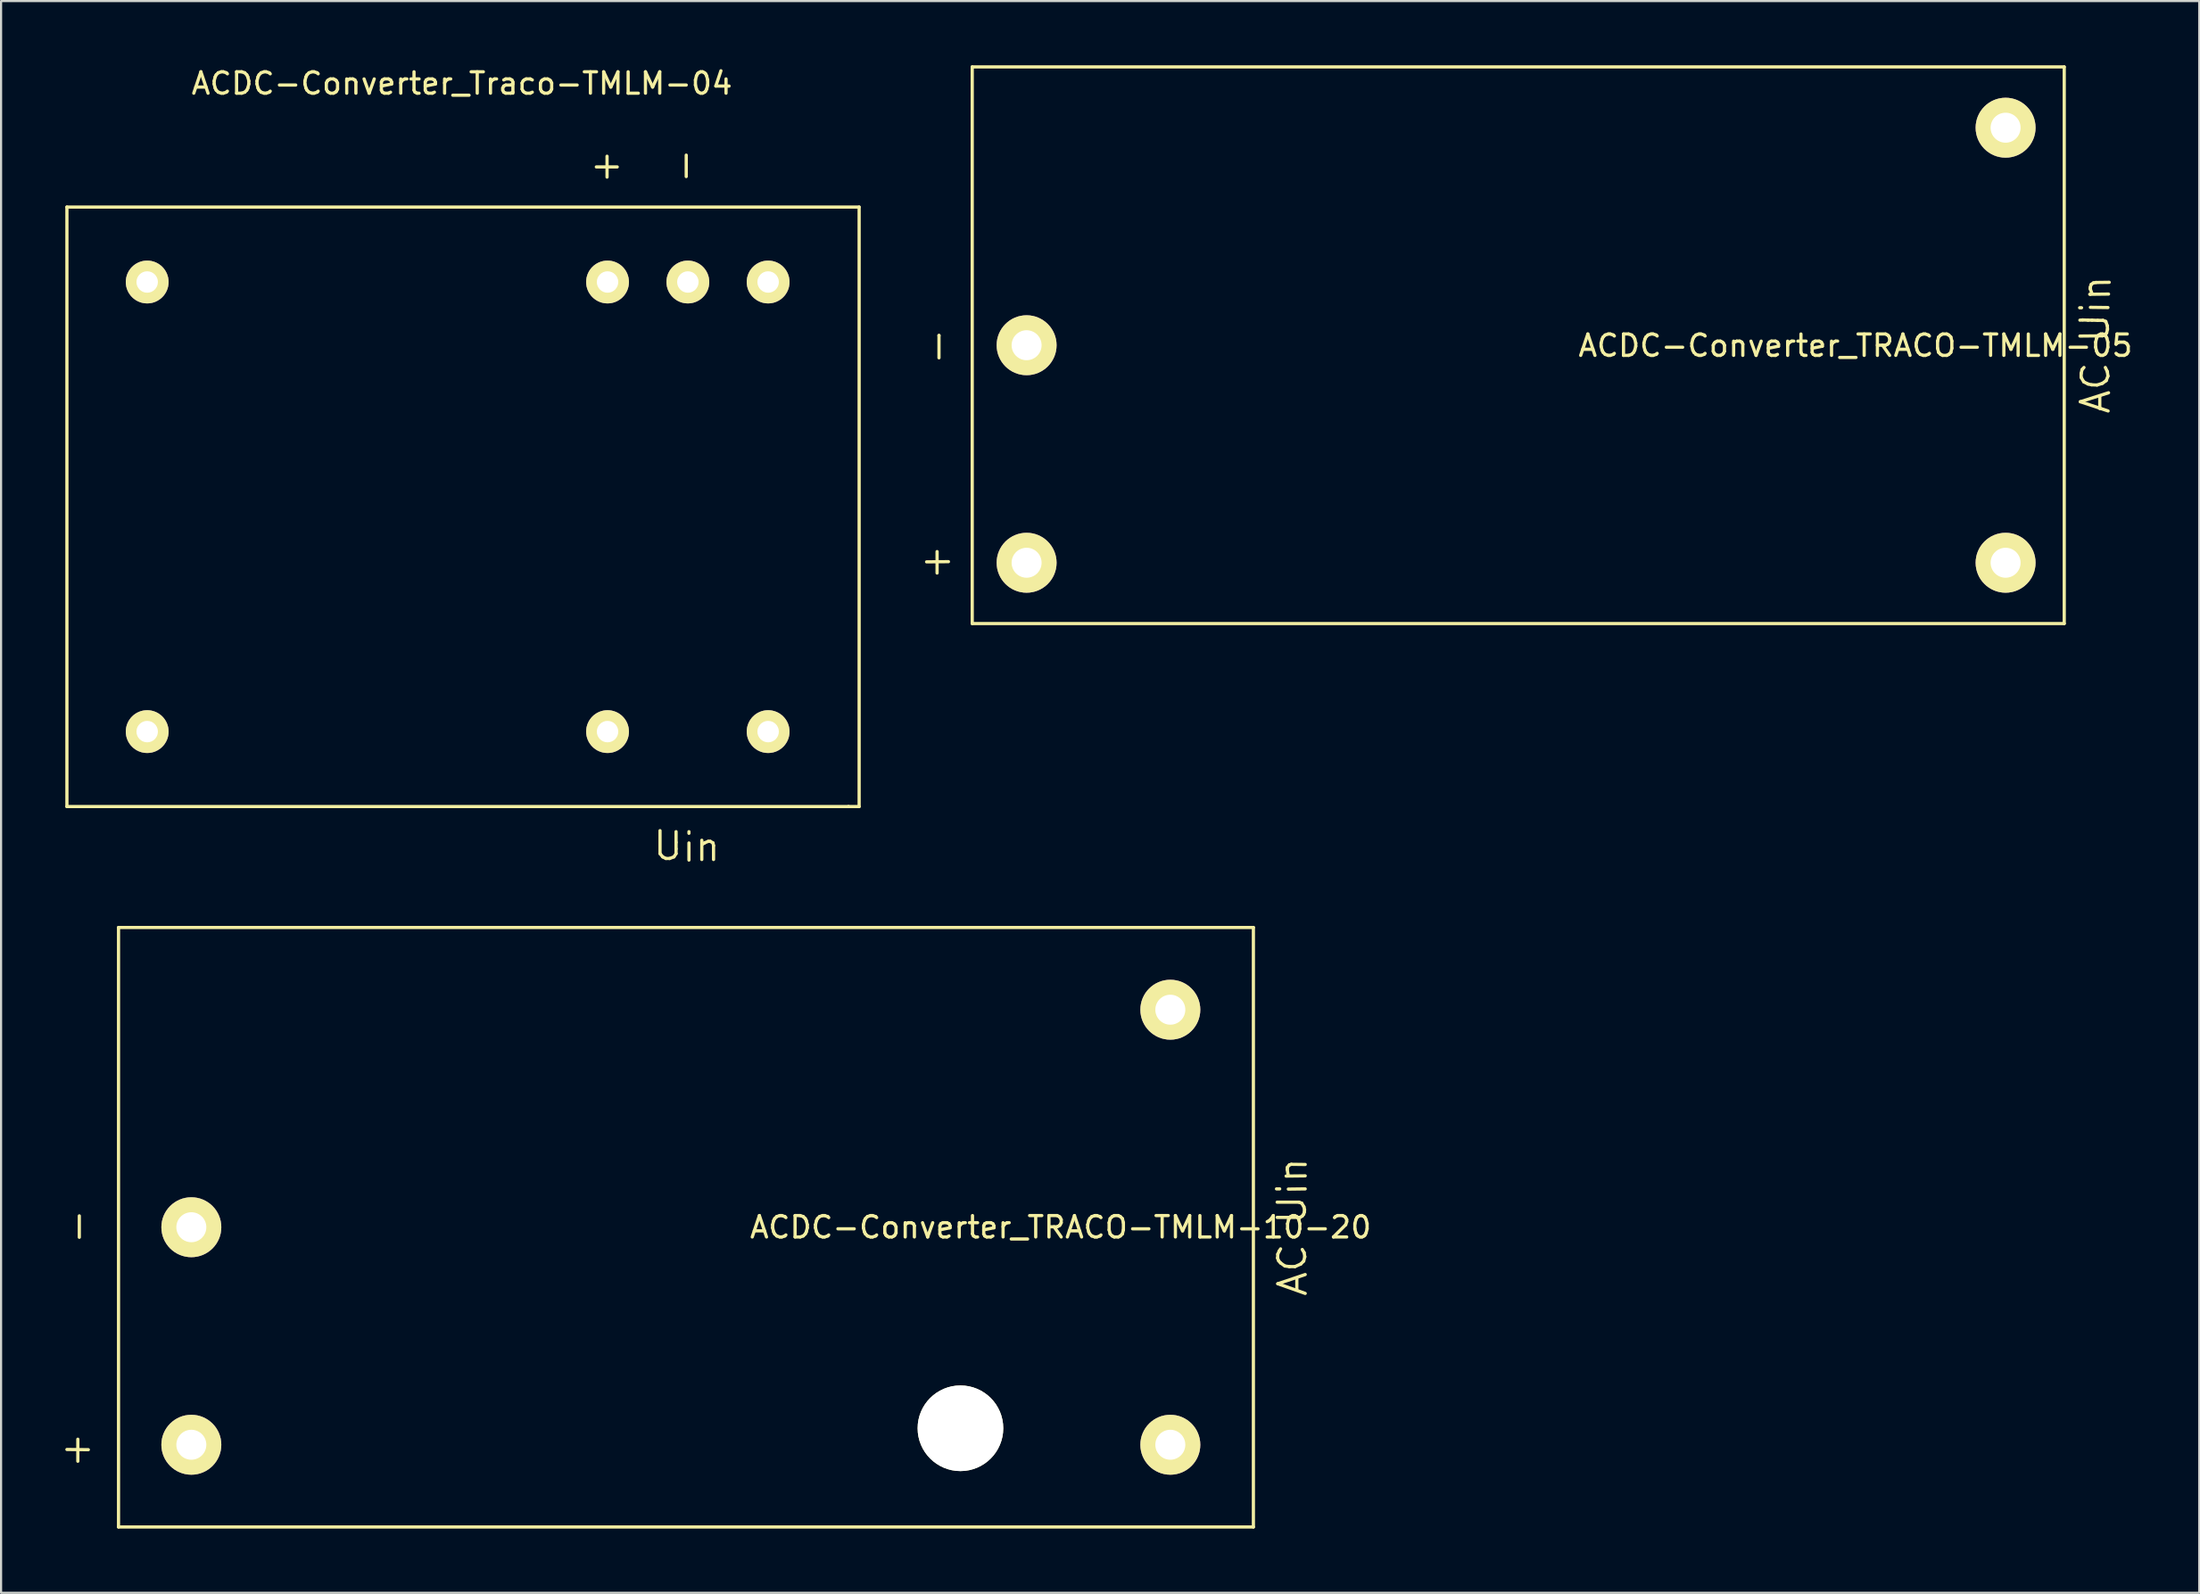
<source format=kicad_pcb>
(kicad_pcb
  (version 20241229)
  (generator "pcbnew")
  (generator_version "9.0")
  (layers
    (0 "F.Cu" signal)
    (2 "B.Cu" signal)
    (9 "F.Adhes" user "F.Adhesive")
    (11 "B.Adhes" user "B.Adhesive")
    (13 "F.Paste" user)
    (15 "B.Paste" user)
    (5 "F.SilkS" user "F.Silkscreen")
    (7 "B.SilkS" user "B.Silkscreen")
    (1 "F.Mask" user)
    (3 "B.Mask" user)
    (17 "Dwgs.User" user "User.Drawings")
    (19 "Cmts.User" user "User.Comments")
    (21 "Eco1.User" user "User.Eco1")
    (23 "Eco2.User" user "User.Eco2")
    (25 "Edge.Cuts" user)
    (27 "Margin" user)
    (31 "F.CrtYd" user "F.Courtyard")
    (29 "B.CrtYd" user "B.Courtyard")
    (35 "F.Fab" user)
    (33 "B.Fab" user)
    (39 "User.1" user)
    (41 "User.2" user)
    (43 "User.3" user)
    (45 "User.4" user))
  (footprint "ACDC-Converter_TRACO-TMLM-10-20"
    (layer "F.Cu")
    (at 28.985 54.272)
    (property "Reference" "ACDC-Converter_TRACO-TMLM-10-20" (at 17.501 0 0) (layer "F.SilkS") (effects (font (size 1 1) (thickness 0.15))))
    (attr through_hole)
    (fp_line (start -28.91 10.381) (end -27.91 10.391) (stroke (width 0.15) (type solid)) (layer "F.SilkS"))
    (fp_line (start -28.4 10.93) (end -28.4 9.901) (stroke (width 0.15) (type solid)) (layer "F.SilkS"))
    (fp_line (start -28.331 0.47) (end -28.331 -0.531) (stroke (width 0.15) (type solid)) (layer "F.SilkS"))
    (fp_line (start -26.5 -14.001) (end 26.5 -14.001) (stroke (width 0.15) (type solid)) (layer "F.SilkS"))
    (fp_line (start -26.5 14.001) (end -26.5 -14.001) (stroke (width 0.15) (type solid)) (layer "F.SilkS"))
    (fp_line (start 26.5 -14.001) (end 26.5 14.001) (stroke (width 0.15) (type solid)) (layer "F.SilkS"))
    (fp_line (start 26.5 14.001) (end -26.5 14.001) (stroke (width 0.15) (type solid)) (layer "F.SilkS"))
    (fp_line (start 27.579 -1.791) (end 27.729 -1.791) (stroke (width 0.15) (type solid)) (layer "F.SilkS"))
    (fp_line (start 27.61 -0.46) (end 28.679 -0.46) (stroke (width 0.15) (type solid)) (layer "F.SilkS"))
    (fp_line (start 27.63 1.44) (end 27.681 1.57) (stroke (width 0.15) (type solid)) (layer "F.SilkS"))
    (fp_line (start 27.64 1.26) (end 27.63 1.44) (stroke (width 0.15) (type solid)) (layer "F.SilkS"))
    (fp_line (start 27.64 2.639) (end 28.92 2.21) (stroke (width 0.15) (type solid)) (layer "F.SilkS"))
    (fp_line (start 27.681 1.57) (end 27.77 1.669) (stroke (width 0.15) (type solid)) (layer "F.SilkS"))
    (fp_line (start 27.701 1.12) (end 27.64 1.26) (stroke (width 0.15) (type solid)) (layer "F.SilkS"))
    (fp_line (start 27.77 1.011) (end 27.701 1.12) (stroke (width 0.15) (type solid)) (layer "F.SilkS"))
    (fp_line (start 27.77 1.669) (end 27.971 1.811) (stroke (width 0.15) (type solid)) (layer "F.SilkS"))
    (fp_line (start 27.971 1.811) (end 28.179 1.839) (stroke (width 0.15) (type solid)) (layer "F.SilkS"))
    (fp_line (start 28.08 -2.7) (end 28.12 -2.451) (stroke (width 0.15) (type solid)) (layer "F.SilkS"))
    (fp_line (start 28.09 -2.799) (end 28.08 -2.7) (stroke (width 0.15) (type solid)) (layer "F.SilkS"))
    (fp_line (start 28.179 -2.911) (end 28.09 -2.799) (stroke (width 0.15) (type solid)) (layer "F.SilkS"))
    (fp_line (start 28.179 1.839) (end 28.44 1.839) (stroke (width 0.15) (type solid)) (layer "F.SilkS"))
    (fp_line (start 28.27 -2.939) (end 28.179 -2.911) (stroke (width 0.15) (type solid)) (layer "F.SilkS"))
    (fp_line (start 28.44 1.839) (end 28.71 1.72) (stroke (width 0.15) (type solid)) (layer "F.SilkS"))
    (fp_line (start 28.529 2.921) (end 28.529 2.41) (stroke (width 0.15) (type solid)) (layer "F.SilkS"))
    (fp_line (start 28.631 -1.171) (end 27.61 -1.171) (stroke (width 0.15) (type solid)) (layer "F.SilkS"))
    (fp_line (start 28.679 -0.46) (end 28.781 -0.521) (stroke (width 0.15) (type solid)) (layer "F.SilkS"))
    (fp_line (start 28.71 1.72) (end 28.849 1.58) (stroke (width 0.15) (type solid)) (layer "F.SilkS"))
    (fp_line (start 28.76 -1.12) (end 28.631 -1.171) (stroke (width 0.15) (type solid)) (layer "F.SilkS"))
    (fp_line (start 28.781 -0.521) (end 28.849 -0.61) (stroke (width 0.15) (type solid)) (layer "F.SilkS"))
    (fp_line (start 28.849 -0.61) (end 28.88 -0.711) (stroke (width 0.15) (type solid)) (layer "F.SilkS"))
    (fp_line (start 28.849 1.58) (end 28.9 1.379) (stroke (width 0.15) (type solid)) (layer "F.SilkS"))
    (fp_line (start 28.86 -0.95) (end 28.76 -1.12) (stroke (width 0.15) (type solid)) (layer "F.SilkS"))
    (fp_line (start 28.87 1.191) (end 28.781 1.039) (stroke (width 0.15) (type solid)) (layer "F.SilkS"))
    (fp_line (start 28.88 -0.711) (end 28.89 -0.82) (stroke (width 0.15) (type solid)) (layer "F.SilkS"))
    (fp_line (start 28.89 -0.82) (end 28.86 -0.95) (stroke (width 0.15) (type solid)) (layer "F.SilkS"))
    (fp_line (start 28.9 1.379) (end 28.87 1.191) (stroke (width 0.15) (type solid)) (layer "F.SilkS"))
    (fp_line (start 28.92 -2.931) (end 28.27 -2.939) (stroke (width 0.15) (type solid)) (layer "F.SilkS"))
    (fp_line (start 28.92 -2.4) (end 28.029 -2.39) (stroke (width 0.15) (type solid)) (layer "F.SilkS"))
    (fp_line (start 28.92 -1.791) (end 28.131 -1.781) (stroke (width 0.15) (type solid)) (layer "F.SilkS"))
    (fp_line (start 28.92 3.091) (end 27.64 2.639) (stroke (width 0.15) (type solid)) (layer "F.SilkS"))
    (pad "" np_thru_hole circle (at 12.819 9.39) (size 4 4) (drill 4) (layers "*.Cu" "*.Mask" "F.SilkS"))
    (pad "1" thru_hole circle (at -23.099 0) (size 2.799 2.799) (drill 1.4) (layers "*.Cu" "*.Mask" "F.SilkS"))
    (pad "2" thru_hole circle (at -23.099 10.16) (size 2.799 2.799) (drill 1.4) (layers "*.Cu" "*.Mask" "F.SilkS"))
    (pad "3" thru_hole circle (at 22.621 10.16) (size 2.799 2.799) (drill 1.4) (layers "*.Cu" "*.Mask" "F.SilkS"))
    (pad "4" thru_hole circle (at 22.621 -10.16) (size 2.799 2.799) (drill 1.4) (layers "*.Cu" "*.Mask" "F.SilkS")))
  (footprint "ACDC-Converter_TRACO-TMLM-05"
    (layer "F.Cu")
    (at 67.853 13.075)
    (property "Reference" "ACDC-Converter_TRACO-TMLM-05" (at 15.751 0.02 0) (layer "F.SilkS") (effects (font (size 1 1) (thickness 0.15))))
    (attr through_hole)
    (fp_line (start -27.63 10.119) (end -26.609 10.109) (stroke (width 0.15) (type solid)) (layer "F.SilkS"))
    (fp_line (start -27.14 10.64) (end -27.14 9.639) (stroke (width 0.15) (type solid)) (layer "F.SilkS"))
    (fp_line (start -27.051 -0.45) (end -27.051 -0.46) (stroke (width 0.15) (type solid)) (layer "F.SilkS"))
    (fp_line (start -27.051 0.589) (end -27.051 -0.45) (stroke (width 0.15) (type solid)) (layer "F.SilkS"))
    (fp_line (start -25.499 -13) (end 25.499 -13) (stroke (width 0.15) (type solid)) (layer "F.SilkS"))
    (fp_line (start -25.499 13) (end -25.499 -13) (stroke (width 0.15) (type solid)) (layer "F.SilkS"))
    (fp_line (start 25.499 -13) (end 25.499 13) (stroke (width 0.15) (type solid)) (layer "F.SilkS"))
    (fp_line (start 25.499 13) (end -25.499 13) (stroke (width 0.15) (type solid)) (layer "F.SilkS"))
    (fp_line (start 26.22 -1.75) (end 26.309 -1.75) (stroke (width 0.15) (type solid)) (layer "F.SilkS"))
    (fp_line (start 26.231 -0.429) (end 27.28 -0.439) (stroke (width 0.15) (type solid)) (layer "F.SilkS"))
    (fp_line (start 26.251 2.639) (end 27.569 2.22) (stroke (width 0.15) (type solid)) (layer "F.SilkS"))
    (fp_line (start 26.289 1.321) (end 26.289 1.501) (stroke (width 0.15) (type solid)) (layer "F.SilkS"))
    (fp_line (start 26.289 1.501) (end 26.411 1.709) (stroke (width 0.15) (type solid)) (layer "F.SilkS"))
    (fp_line (start 26.33 1.14) (end 26.289 1.321) (stroke (width 0.15) (type solid)) (layer "F.SilkS"))
    (fp_line (start 26.36 -1.181) (end 26.231 -1.171) (stroke (width 0.15) (type solid)) (layer "F.SilkS"))
    (fp_line (start 26.411 1.709) (end 26.609 1.811) (stroke (width 0.15) (type solid)) (layer "F.SilkS"))
    (fp_line (start 26.421 1.039) (end 26.33 1.14) (stroke (width 0.15) (type solid)) (layer "F.SilkS"))
    (fp_line (start 26.609 -1.171) (end 26.36 -1.181) (stroke (width 0.15) (type solid)) (layer "F.SilkS"))
    (fp_line (start 26.609 1.811) (end 26.779 1.849) (stroke (width 0.15) (type solid)) (layer "F.SilkS"))
    (fp_line (start 26.711 -2.639) (end 26.789 -2.431) (stroke (width 0.15) (type solid)) (layer "F.SilkS"))
    (fp_line (start 26.721 -2.72) (end 26.711 -2.639) (stroke (width 0.15) (type solid)) (layer "F.SilkS"))
    (fp_line (start 26.721 -2.38) (end 26.69 -2.38) (stroke (width 0.15) (type solid)) (layer "F.SilkS"))
    (fp_line (start 26.721 -1.77) (end 27.541 -1.76) (stroke (width 0.15) (type solid)) (layer "F.SilkS"))
    (fp_line (start 26.759 -2.84) (end 26.721 -2.72) (stroke (width 0.15) (type solid)) (layer "F.SilkS"))
    (fp_line (start 26.779 1.849) (end 27.031 1.859) (stroke (width 0.15) (type solid)) (layer "F.SilkS"))
    (fp_line (start 26.799 -1.171) (end 26.609 -1.171) (stroke (width 0.15) (type solid)) (layer "F.SilkS"))
    (fp_line (start 26.86 -2.911) (end 26.759 -2.84) (stroke (width 0.15) (type solid)) (layer "F.SilkS"))
    (fp_line (start 26.98 -2.931) (end 26.86 -2.911) (stroke (width 0.15) (type solid)) (layer "F.SilkS"))
    (fp_line (start 27.031 1.859) (end 27.28 1.781) (stroke (width 0.15) (type solid)) (layer "F.SilkS"))
    (fp_line (start 27.061 -1.161) (end 26.799 -1.171) (stroke (width 0.15) (type solid)) (layer "F.SilkS"))
    (fp_line (start 27.16 2.959) (end 27.16 2.37) (stroke (width 0.15) (type solid)) (layer "F.SilkS"))
    (fp_line (start 27.28 -0.439) (end 27.399 -0.47) (stroke (width 0.15) (type solid)) (layer "F.SilkS"))
    (fp_line (start 27.28 1.781) (end 27.46 1.651) (stroke (width 0.15) (type solid)) (layer "F.SilkS"))
    (fp_line (start 27.31 -1.161) (end 27.061 -1.161) (stroke (width 0.15) (type solid)) (layer "F.SilkS"))
    (fp_line (start 27.399 -0.47) (end 27.48 -0.579) (stroke (width 0.15) (type solid)) (layer "F.SilkS"))
    (fp_line (start 27.44 -1.11) (end 27.31 -1.161) (stroke (width 0.15) (type solid)) (layer "F.SilkS"))
    (fp_line (start 27.46 1.651) (end 27.541 1.44) (stroke (width 0.15) (type solid)) (layer "F.SilkS"))
    (fp_line (start 27.48 -0.579) (end 27.521 -0.749) (stroke (width 0.15) (type solid)) (layer "F.SilkS"))
    (fp_line (start 27.511 -0.909) (end 27.44 -1.11) (stroke (width 0.15) (type solid)) (layer "F.SilkS"))
    (fp_line (start 27.511 1.229) (end 27.419 1.039) (stroke (width 0.15) (type solid)) (layer "F.SilkS"))
    (fp_line (start 27.521 -0.749) (end 27.511 -0.909) (stroke (width 0.15) (type solid)) (layer "F.SilkS"))
    (fp_line (start 27.541 1.44) (end 27.511 1.229) (stroke (width 0.15) (type solid)) (layer "F.SilkS"))
    (fp_line (start 27.549 3.071) (end 26.251 2.639) (stroke (width 0.15) (type solid)) (layer "F.SilkS"))
    (fp_line (start 27.569 -2.39) (end 26.721 -2.38) (stroke (width 0.15) (type solid)) (layer "F.SilkS"))
    (fp_line (start 27.6 -2.939) (end 26.98 -2.931) (stroke (width 0.15) (type solid)) (layer "F.SilkS"))
    (pad "1" thru_hole circle (at -22.959 0) (size 2.799 2.799) (drill 1.4) (layers "*.Cu" "*.Mask" "F.SilkS"))
    (pad "2" thru_hole circle (at -22.959 10.16) (size 2.799 2.799) (drill 1.4) (layers "*.Cu" "*.Mask" "F.SilkS"))
    (pad "3" thru_hole circle (at 22.761 10.16) (size 2.799 2.799) (drill 1.4) (layers "*.Cu" "*.Mask" "F.SilkS"))
    (pad "4" thru_hole circle (at 22.761 -10.16) (size 2.799 2.799) (drill 1.4) (layers "*.Cu" "*.Mask" "F.SilkS")))
  (footprint "ACDC-Converter_Traco-TMLM-04"
    (layer "F.Cu")
    (at 18.574 20.622)
    (property "Reference" "ACDC-Converter_Traco-TMLM-04" (at -0.051 -19.774 0) (layer "F.SilkS") (effects (font (size 1 1) (thickness 0.15))))
    (attr through_hole)
    (fp_line (start -18.499 -14.001) (end -18.499 14.001) (stroke (width 0.15) (type solid)) (layer "F.SilkS"))
    (fp_line (start -18.499 14.001) (end 18.001 14.001) (stroke (width 0.15) (type solid)) (layer "F.SilkS"))
    (fp_line (start 6.226 -15.875) (end 7.201 -15.875) (stroke (width 0.15) (type solid)) (layer "F.SilkS"))
    (fp_line (start 6.726 -16.375) (end 6.726 -15.4) (stroke (width 0.15) (type solid)) (layer "F.SilkS"))
    (fp_line (start 9.2 15.126) (end 9.2 16.2) (stroke (width 0.15) (type solid)) (layer "F.SilkS"))
    (fp_line (start 9.2 16.2) (end 9.324 16.35) (stroke (width 0.15) (type solid)) (layer "F.SilkS"))
    (fp_line (start 9.324 16.35) (end 9.474 16.426) (stroke (width 0.15) (type solid)) (layer "F.SilkS"))
    (fp_line (start 9.474 16.426) (end 9.649 16.426) (stroke (width 0.15) (type solid)) (layer "F.SilkS"))
    (fp_line (start 9.649 16.426) (end 9.85 16.35) (stroke (width 0.15) (type solid)) (layer "F.SilkS"))
    (fp_line (start 9.85 16.35) (end 9.949 16.2) (stroke (width 0.15) (type solid)) (layer "F.SilkS"))
    (fp_line (start 9.949 15.674) (end 9.949 15.174) (stroke (width 0.15) (type solid)) (layer "F.SilkS"))
    (fp_line (start 9.949 15.974) (end 9.949 15.674) (stroke (width 0.15) (type solid)) (layer "F.SilkS"))
    (fp_line (start 9.949 16.2) (end 9.949 15.974) (stroke (width 0.15) (type solid)) (layer "F.SilkS"))
    (fp_line (start 10.424 -16.426) (end 10.424 -15.425) (stroke (width 0.15) (type solid)) (layer "F.SilkS"))
    (fp_line (start 10.551 15.25) (end 10.551 15.174) (stroke (width 0.15) (type solid)) (layer "F.SilkS"))
    (fp_line (start 10.551 16.5) (end 10.551 15.7) (stroke (width 0.15) (type solid)) (layer "F.SilkS"))
    (fp_line (start 11.151 16.474) (end 11.151 15.575) (stroke (width 0.15) (type solid)) (layer "F.SilkS"))
    (fp_line (start 11.275 15.7) (end 11.199 15.751) (stroke (width 0.15) (type solid)) (layer "F.SilkS"))
    (fp_line (start 11.45 15.626) (end 11.275 15.7) (stroke (width 0.15) (type solid)) (layer "F.SilkS"))
    (fp_line (start 11.549 15.626) (end 11.45 15.626) (stroke (width 0.15) (type solid)) (layer "F.SilkS"))
    (fp_line (start 11.674 15.7) (end 11.549 15.626) (stroke (width 0.15) (type solid)) (layer "F.SilkS"))
    (fp_line (start 11.699 15.824) (end 11.674 15.7) (stroke (width 0.15) (type solid)) (layer "F.SilkS"))
    (fp_line (start 11.699 16.474) (end 11.699 15.824) (stroke (width 0.15) (type solid)) (layer "F.SilkS"))
    (fp_line (start 18.001 14.001) (end 18.499 14.001) (stroke (width 0.15) (type solid)) (layer "F.SilkS"))
    (fp_line (start 18.499 -14.001) (end -18.499 -14.001) (stroke (width 0.15) (type solid)) (layer "F.SilkS"))
    (fp_line (start 18.499 14.001) (end 18.499 -14.001) (stroke (width 0.15) (type solid)) (layer "F.SilkS"))
    (pad "1" thru_hole circle (at -14.75 -10.5) (size 1.999 1.999) (drill 1.001) (layers "*.Cu" "*.Mask" "F.SilkS"))
    (pad "2" thru_hole circle (at 6.749 -10.5) (size 1.999 1.999) (drill 1.001) (layers "*.Cu" "*.Mask" "F.SilkS"))
    (pad "3" thru_hole circle (at 10.5 -10.5) (size 1.999 1.999) (drill 1.001) (layers "*.Cu" "*.Mask" "F.SilkS"))
    (pad "4" thru_hole circle (at 14.249 -10.5) (size 1.999 1.999) (drill 1.001) (layers "*.Cu" "*.Mask" "F.SilkS"))
    (pad "5" thru_hole circle (at 14.249 10.5) (size 1.999 1.999) (drill 1.001) (layers "*.Cu" "*.Mask" "F.SilkS"))
    (pad "6" thru_hole circle (at 6.749 10.5) (size 1.999 1.999) (drill 1.001) (layers "*.Cu" "*.Mask" "F.SilkS"))
    (pad "7" thru_hole circle (at -14.75 10.5) (size 1.999 1.999) (drill 1.001) (layers "*.Cu" "*.Mask" "F.SilkS")))
  (gr_rect
    (start -3 -3)
    (end 99.657 71.348)
    (stroke (width 0.1) (type default))
    (fill no)
    (layer "Edge.Cuts")))
</source>
